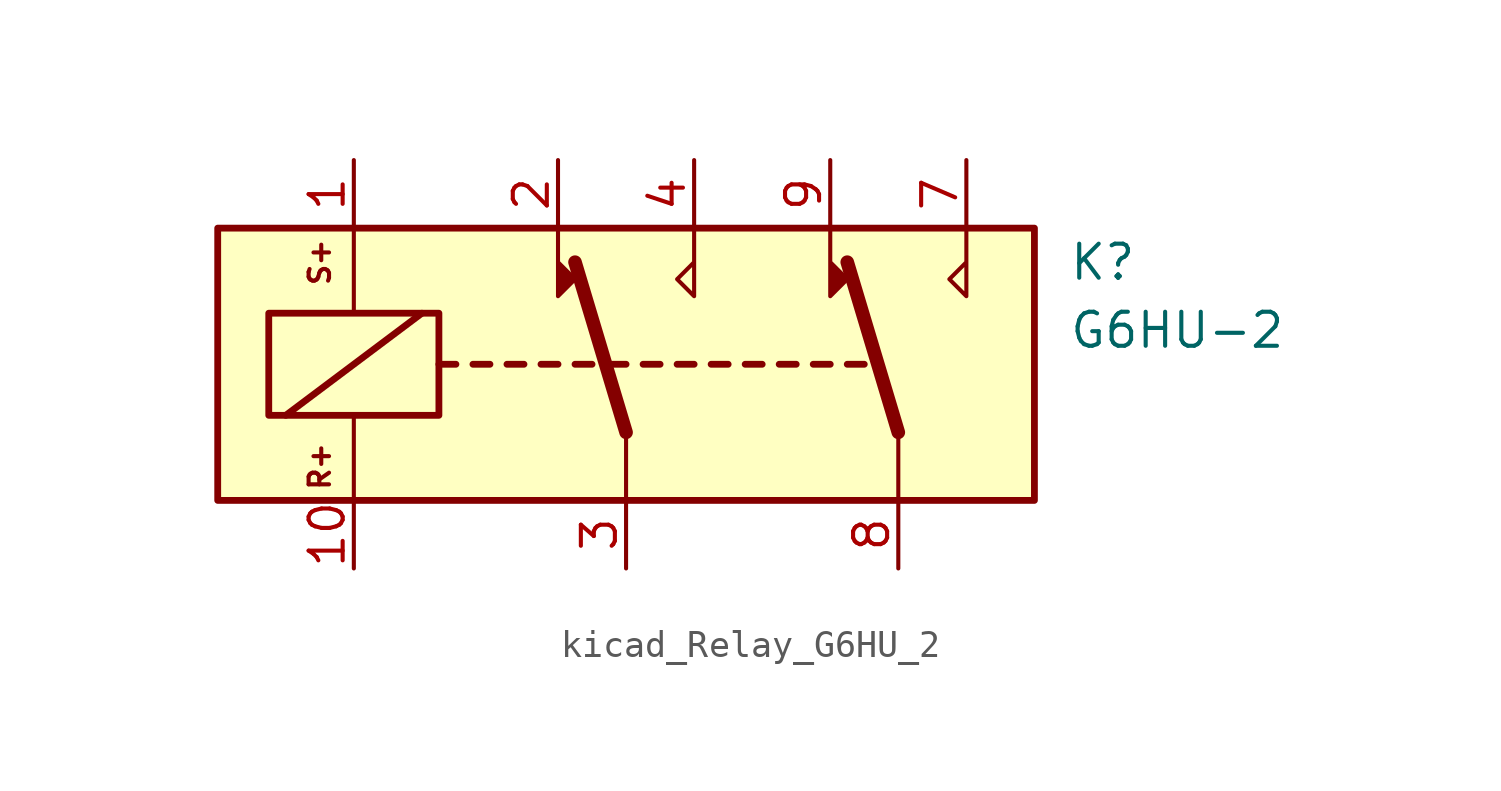
<source format=kicad_sym>
(kicad_symbol_lib
  (version 20220914)
  (generator kicad_symbol_editor)
  (symbol "kicad_Relay_G6HU_2"
    (property "Reference" "K"
      (at 16.51 3.81 0)
      (effects (font (size 1.27 1.27)) (justify left)))
    (property "Value" "G6HU-2"
      (at 16.51 1.27 0)
      (effects (font (size 1.27 1.27)) (justify left)))
    (symbol "kicad_Relay_G6HU_2_0_0"
      (text "R+" (at -11.43 -3.81 900) (effects (font (size 0.762 0.762))))
      (text "S+" (at -11.43 3.81 900) (effects (font (size 0.762 0.762)))))
    (symbol "kicad_Relay_G6HU_2_0_1"
      (rectangle (start -15.24 5.08) (end 15.24 -5.08) (stroke (width 0.254) (type default)) (fill (type background)))
      (rectangle (start -13.335 1.905) (end -6.985 -1.905) (stroke (width 0.254) (type default)) (fill (type none)))
      (polyline (pts (xy -12.7 -1.905) (xy -7.62 1.905)) (stroke (width 0.254) (type default)) (fill (type none)))
      (polyline (pts (xy -10.16 -5.08) (xy -10.16 -1.905)) (stroke (width 0) (type default)) (fill (type none)))
      (polyline (pts (xy -10.16 5.08) (xy -10.16 1.905)) (stroke (width 0) (type default)) (fill (type none)))
      (polyline (pts (xy -6.985 0) (xy -6.35 0)) (stroke (width 0.254) (type default)) (fill (type none)))
      (polyline (pts (xy -5.715 0) (xy -5.08 0)) (stroke (width 0.254) (type default)) (fill (type none)))
      (polyline (pts (xy -4.445 0) (xy -3.81 0)) (stroke (width 0.254) (type default)) (fill (type none)))
      (polyline (pts (xy -3.175 0) (xy -2.54 0)) (stroke (width 0.254) (type default)) (fill (type none)))
      (polyline (pts (xy -1.905 0) (xy -1.27 0)) (stroke (width 0.254) (type default)) (fill (type none)))
      (polyline (pts (xy -0.635 0) (xy 0 0)) (stroke (width 0.254) (type default)) (fill (type none)))
      (polyline (pts (xy 0 -2.54) (xy -1.905 3.81)) (stroke (width 0.508) (type default)) (fill (type none)))
      (polyline (pts (xy 0 -2.54) (xy 0 -5.08)) (stroke (width 0) (type default)) (fill (type none)))
      (polyline (pts (xy 0.635 0) (xy 1.27 0)) (stroke (width 0.254) (type default)) (fill (type none)))
      (polyline (pts (xy 1.905 0) (xy 2.54 0)) (stroke (width 0.254) (type default)) (fill (type none)))
      (polyline (pts (xy 3.175 0) (xy 3.81 0)) (stroke (width 0.254) (type default)) (fill (type none)))
      (polyline (pts (xy 4.445 0) (xy 5.08 0)) (stroke (width 0.254) (type default)) (fill (type none)))
      (polyline (pts (xy 5.715 0) (xy 6.35 0)) (stroke (width 0.254) (type default)) (fill (type none)))
      (polyline (pts (xy 6.985 0) (xy 7.62 0)) (stroke (width 0.254) (type default)) (fill (type none)))
      (polyline (pts (xy 8.255 0) (xy 8.89 0)) (stroke (width 0.254) (type default)) (fill (type none)))
      (polyline (pts (xy 10.16 -2.54) (xy 8.255 3.81)) (stroke (width 0.508) (type default)) (fill (type none)))
      (polyline (pts (xy 10.16 -2.54) (xy 10.16 -5.08)) (stroke (width 0) (type default)) (fill (type none)))
      (polyline (pts (xy -2.54 5.08) (xy -2.54 2.54) (xy -1.905 3.175) (xy -2.54 3.81)) (stroke (width 0) (type default)) (fill (type outline)))
      (polyline (pts (xy 2.54 5.08) (xy 2.54 2.54) (xy 1.905 3.175) (xy 2.54 3.81)) (stroke (width 0) (type default)) (fill (type none)))
      (polyline (pts (xy 7.62 5.08) (xy 7.62 2.54) (xy 8.255 3.175) (xy 7.62 3.81)) (stroke (width 0) (type default)) (fill (type outline)))
      (polyline (pts (xy 12.7 5.08) (xy 12.7 2.54) (xy 12.065 3.175) (xy 12.7 3.81)) (stroke (width 0) (type default)) (fill (type none))))
    (symbol "kicad_Relay_G6HU_2_1_1"
      (pin passive line (at -10.16 7.62 270) (length 2.54) (name "~" (effects (font (size 1.27 1.27)))) (number "1" (effects (font (size 1.27 1.27)))))
      (pin passive line (at -10.16 -7.62 90) (length 2.54) (name "~" (effects (font (size 1.27 1.27)))) (number "10" (effects (font (size 1.27 1.27)))))
      (pin passive line (at -2.54 7.62 270) (length 2.54) (name "~" (effects (font (size 1.27 1.27)))) (number "2" (effects (font (size 1.27 1.27)))))
      (pin passive line (at 0 -7.62 90) (length 2.54) (name "~" (effects (font (size 1.27 1.27)))) (number "3" (effects (font (size 1.27 1.27)))))
      (pin passive line (at 2.54 7.62 270) (length 2.54) (name "~" (effects (font (size 1.27 1.27)))) (number "4" (effects (font (size 1.27 1.27)))))
      (pin no_connect line (at 5.08 -5.08 90) (length 2.54) hide (name "NC" (effects (font (size 1.27 1.27)))) (number "5" (effects (font (size 1.27 1.27)))))
      (pin no_connect line (at 2.54 -5.08 90) (length 2.54) hide (name "NC" (effects (font (size 1.27 1.27)))) (number "6" (effects (font (size 1.27 1.27)))))
      (pin passive line (at 12.7 7.62 270) (length 2.54) (name "~" (effects (font (size 1.27 1.27)))) (number "7" (effects (font (size 1.27 1.27)))))
      (pin passive line (at 10.16 -7.62 90) (length 2.54) (name "~" (effects (font (size 1.27 1.27)))) (number "8" (effects (font (size 1.27 1.27)))))
      (pin passive line (at 7.62 7.62 270) (length 2.54) (name "~" (effects (font (size 1.27 1.27)))) (number "9" (effects (font (size 1.27 1.27))))))))
</source>
